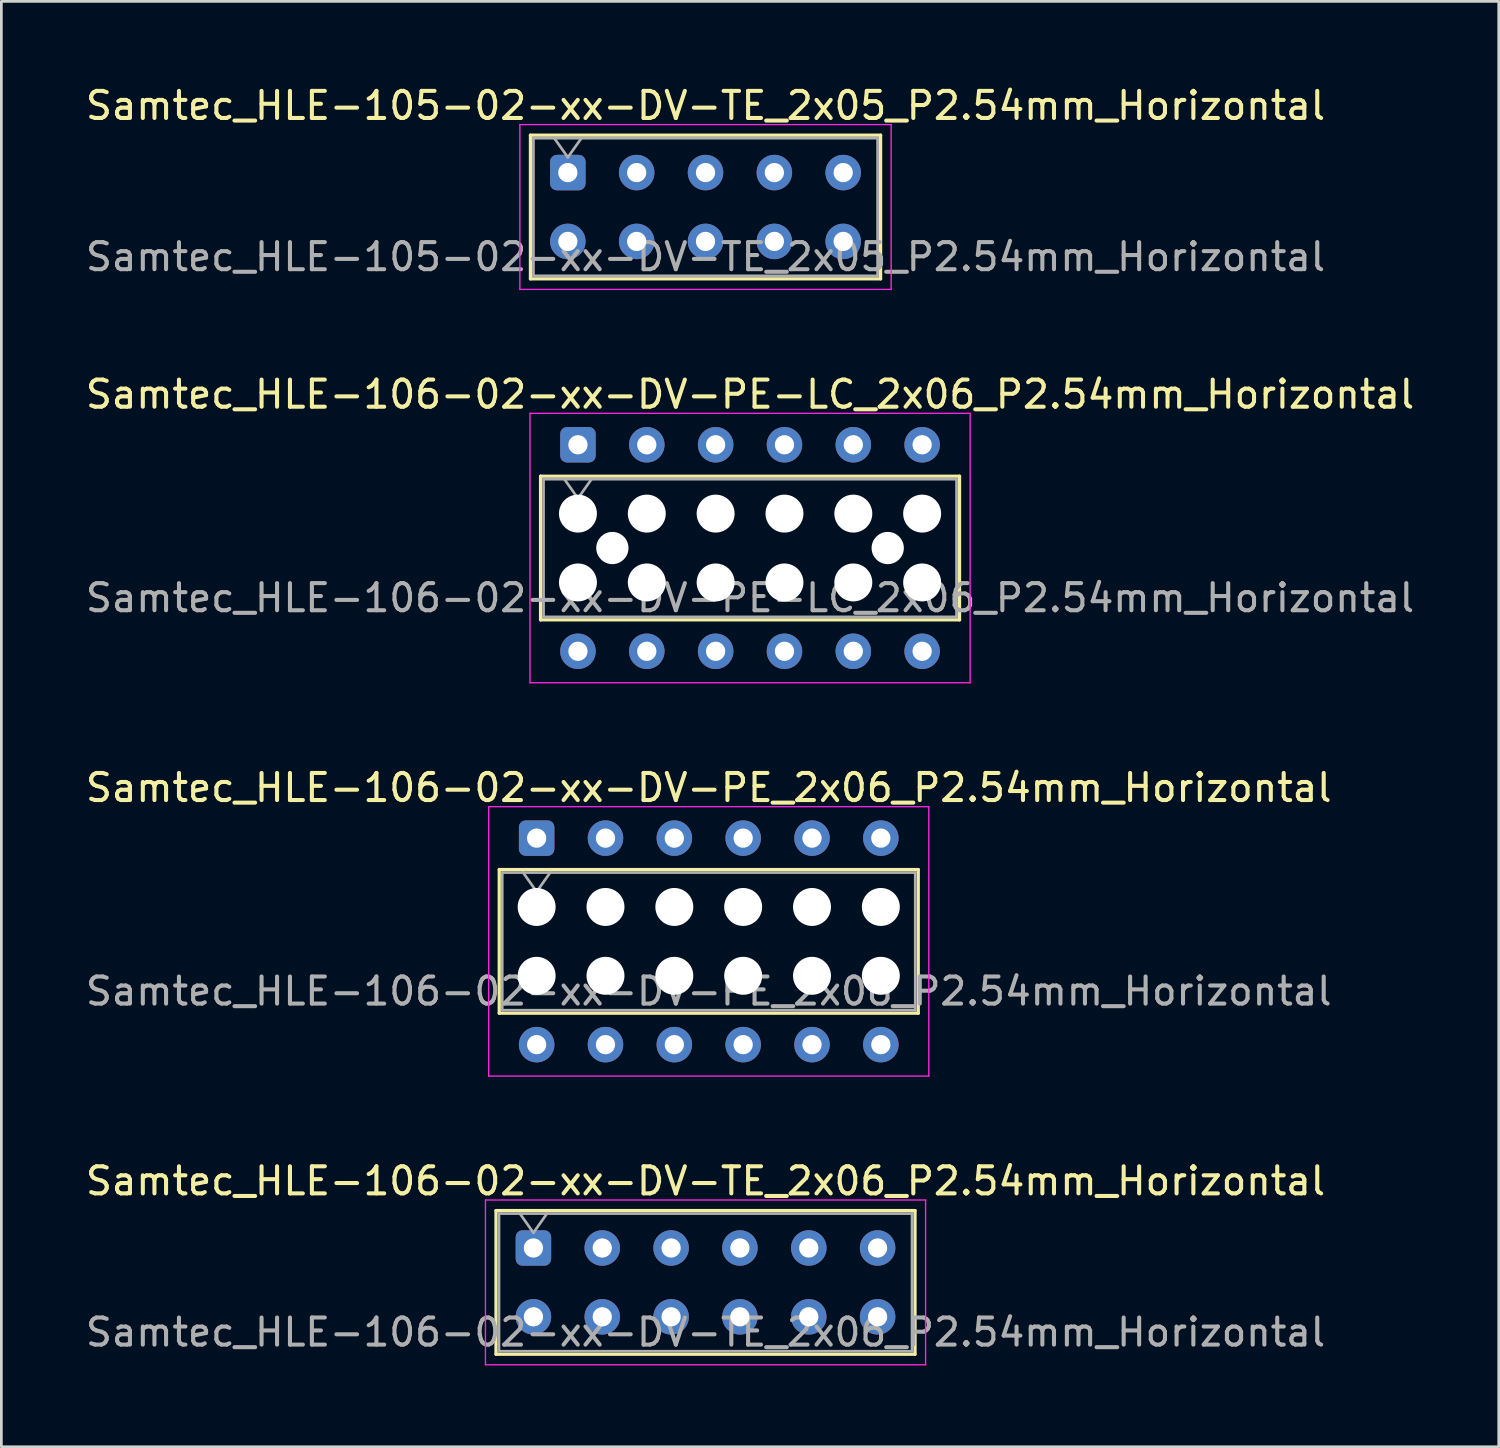
<source format=kicad_pcb>
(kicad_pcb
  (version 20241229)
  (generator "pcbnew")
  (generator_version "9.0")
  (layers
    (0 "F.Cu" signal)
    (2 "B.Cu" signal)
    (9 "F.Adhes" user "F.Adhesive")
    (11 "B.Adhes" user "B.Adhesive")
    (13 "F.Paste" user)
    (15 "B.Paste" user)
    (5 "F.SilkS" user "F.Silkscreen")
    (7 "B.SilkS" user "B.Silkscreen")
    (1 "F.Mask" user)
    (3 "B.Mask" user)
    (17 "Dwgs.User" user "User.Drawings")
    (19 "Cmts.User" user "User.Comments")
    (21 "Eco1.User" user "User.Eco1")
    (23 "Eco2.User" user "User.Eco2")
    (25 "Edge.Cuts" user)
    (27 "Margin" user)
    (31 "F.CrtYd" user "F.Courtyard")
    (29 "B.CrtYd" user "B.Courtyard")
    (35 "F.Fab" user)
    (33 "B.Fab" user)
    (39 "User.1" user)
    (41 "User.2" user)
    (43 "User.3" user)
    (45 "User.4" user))
  (footprint "Samtec_HLE-106-02-xx-DV-PE_2x06_P2.54mm_Horizontal"
    (layer "F.Cu")
    (at 16.751 27.875)
    (property "Reference" "Samtec_HLE-106-02-xx-DV-PE_2x06_P2.54mm_Horizontal" (at 6.35 -1.86 0) (layer "F.SilkS") (effects (font (size 1 1) (thickness 0.15))))
    (attr through_hole)
    (fp_line (start -1.38 1.16) (end 14.08 1.16) (stroke (width 0.12) (type solid)) (layer "F.SilkS"))
    (fp_line (start -1.38 6.46) (end -1.38 1.16) (stroke (width 0.12) (type solid)) (layer "F.SilkS"))
    (fp_line (start 14.08 1.16) (end 14.08 6.46) (stroke (width 0.12) (type solid)) (layer "F.SilkS"))
    (fp_line (start 14.08 6.46) (end -1.38 6.46) (stroke (width 0.12) (type solid)) (layer "F.SilkS"))
    (fp_line (start -1.77 -1.16) (end 14.47 -1.16) (stroke (width 0.05) (type solid)) (layer "F.CrtYd"))
    (fp_line (start -1.77 8.78) (end -1.77 -1.16) (stroke (width 0.05) (type solid)) (layer "F.CrtYd"))
    (fp_line (start 14.47 -1.16) (end 14.47 8.78) (stroke (width 0.05) (type solid)) (layer "F.CrtYd"))
    (fp_line (start 14.47 8.78) (end -1.77 8.78) (stroke (width 0.05) (type solid)) (layer "F.CrtYd"))
    (fp_line (start -1.27 1.27) (end 13.97 1.27) (stroke (width 0.1) (type solid)) (layer "F.Fab"))
    (fp_line (start -1.27 6.35) (end -1.27 1.27) (stroke (width 0.1) (type solid)) (layer "F.Fab"))
    (fp_line (start -0.5 1.27) (end 0 1.977) (stroke (width 0.1) (type solid)) (layer "F.Fab"))
    (fp_line (start 0 1.977) (end 0.5 1.27) (stroke (width 0.1) (type solid)) (layer "F.Fab"))
    (fp_line (start 13.97 1.27) (end 13.97 6.35) (stroke (width 0.1) (type solid)) (layer "F.Fab"))
    (fp_line (start 13.97 6.35) (end -1.27 6.35) (stroke (width 0.1) (type solid)) (layer "F.Fab"))
    (fp_text user "${REFERENCE}" (at 6.35 5.65 0) (layer "F.Fab") (effects (font (size 1 1) (thickness 0.15))))
    (pad "" np_thru_hole circle (at 0 2.54) (size 1.4 1.4) (drill 1.4) (layers "*.Cu" "*.Mask"))
    (pad "" np_thru_hole circle (at 0 5.08) (size 1.4 1.4) (drill 1.4) (layers "*.Cu" "*.Mask"))
    (pad "" np_thru_hole circle (at 2.54 2.54) (size 1.4 1.4) (drill 1.4) (layers "*.Cu" "*.Mask"))
    (pad "" np_thru_hole circle (at 2.54 5.08) (size 1.4 1.4) (drill 1.4) (layers "*.Cu" "*.Mask"))
    (pad "" np_thru_hole circle (at 5.08 2.54) (size 1.4 1.4) (drill 1.4) (layers "*.Cu" "*.Mask"))
    (pad "" np_thru_hole circle (at 5.08 5.08) (size 1.4 1.4) (drill 1.4) (layers "*.Cu" "*.Mask"))
    (pad "" np_thru_hole circle (at 7.62 2.54) (size 1.4 1.4) (drill 1.4) (layers "*.Cu" "*.Mask"))
    (pad "" np_thru_hole circle (at 7.62 5.08) (size 1.4 1.4) (drill 1.4) (layers "*.Cu" "*.Mask"))
    (pad "" np_thru_hole circle (at 10.16 2.54) (size 1.4 1.4) (drill 1.4) (layers "*.Cu" "*.Mask"))
    (pad "" np_thru_hole circle (at 10.16 5.08) (size 1.4 1.4) (drill 1.4) (layers "*.Cu" "*.Mask"))
    (pad "" np_thru_hole circle (at 12.7 2.54) (size 1.4 1.4) (drill 1.4) (layers "*.Cu" "*.Mask"))
    (pad "" np_thru_hole circle (at 12.7 5.08) (size 1.4 1.4) (drill 1.4) (layers "*.Cu" "*.Mask"))
    (pad "1" thru_hole roundrect (at 0 0) (size 1.31 1.31) (drill 0.71) (layers "*.Cu" "*.Mask") (roundrect_rratio 0.191))
    (pad "2" thru_hole circle (at 0 7.62) (size 1.31 1.31) (drill 0.71) (layers "*.Cu" "*.Mask"))
    (pad "3" thru_hole circle (at 2.54 0) (size 1.31 1.31) (drill 0.71) (layers "*.Cu" "*.Mask"))
    (pad "4" thru_hole circle (at 2.54 7.62) (size 1.31 1.31) (drill 0.71) (layers "*.Cu" "*.Mask"))
    (pad "5" thru_hole circle (at 5.08 0) (size 1.31 1.31) (drill 0.71) (layers "*.Cu" "*.Mask"))
    (pad "6" thru_hole circle (at 5.08 7.62) (size 1.31 1.31) (drill 0.71) (layers "*.Cu" "*.Mask"))
    (pad "7" thru_hole circle (at 7.62 0) (size 1.31 1.31) (drill 0.71) (layers "*.Cu" "*.Mask"))
    (pad "8" thru_hole circle (at 7.62 7.62) (size 1.31 1.31) (drill 0.71) (layers "*.Cu" "*.Mask"))
    (pad "9" thru_hole circle (at 10.16 0) (size 1.31 1.31) (drill 0.71) (layers "*.Cu" "*.Mask"))
    (pad "10" thru_hole circle (at 10.16 7.62) (size 1.31 1.31) (drill 0.71) (layers "*.Cu" "*.Mask"))
    (pad "11" thru_hole circle (at 12.7 0) (size 1.31 1.31) (drill 0.71) (layers "*.Cu" "*.Mask"))
    (pad "12" thru_hole circle (at 12.7 7.62) (size 1.31 1.31) (drill 0.71) (layers "*.Cu" "*.Mask")))
  (footprint "Samtec_HLE-105-02-xx-DV-TE_2x05_P2.54mm_Horizontal"
    (layer "F.Cu")
    (at 17.902 3.318)
    (property "Reference" "Samtec_HLE-105-02-xx-DV-TE_2x05_P2.54mm_Horizontal" (at 5.08 -2.47 0) (layer "F.SilkS") (effects (font (size 1 1) (thickness 0.15))))
    (attr through_hole)
    (fp_line (start -1.38 -1.38) (end 11.54 -1.38) (stroke (width 0.12) (type solid)) (layer "F.SilkS"))
    (fp_line (start -1.38 3.92) (end -1.38 -1.38) (stroke (width 0.12) (type solid)) (layer "F.SilkS"))
    (fp_line (start 11.54 -1.38) (end 11.54 3.92) (stroke (width 0.12) (type solid)) (layer "F.SilkS"))
    (fp_line (start 11.54 3.92) (end -1.38 3.92) (stroke (width 0.12) (type solid)) (layer "F.SilkS"))
    (fp_line (start -1.77 -1.77) (end 11.93 -1.77) (stroke (width 0.05) (type solid)) (layer "F.CrtYd"))
    (fp_line (start -1.77 4.31) (end -1.77 -1.77) (stroke (width 0.05) (type solid)) (layer "F.CrtYd"))
    (fp_line (start 11.93 -1.77) (end 11.93 4.31) (stroke (width 0.05) (type solid)) (layer "F.CrtYd"))
    (fp_line (start 11.93 4.31) (end -1.77 4.31) (stroke (width 0.05) (type solid)) (layer "F.CrtYd"))
    (fp_line (start -1.27 -1.27) (end 11.43 -1.27) (stroke (width 0.1) (type solid)) (layer "F.Fab"))
    (fp_line (start -1.27 3.81) (end -1.27 -1.27) (stroke (width 0.1) (type solid)) (layer "F.Fab"))
    (fp_line (start -0.5 -1.27) (end 0 -0.563) (stroke (width 0.1) (type solid)) (layer "F.Fab"))
    (fp_line (start 0 -0.563) (end 0.5 -1.27) (stroke (width 0.1) (type solid)) (layer "F.Fab"))
    (fp_line (start 11.43 -1.27) (end 11.43 3.81) (stroke (width 0.1) (type solid)) (layer "F.Fab"))
    (fp_line (start 11.43 3.81) (end -1.27 3.81) (stroke (width 0.1) (type solid)) (layer "F.Fab"))
    (fp_text user "${REFERENCE}" (at 5.08 3.11 0) (layer "F.Fab") (effects (font (size 1 1) (thickness 0.15))))
    (pad "1" thru_hole roundrect (at 0 0) (size 1.31 1.31) (drill 0.71) (layers "*.Cu" "*.Mask") (roundrect_rratio 0.191))
    (pad "2" thru_hole circle (at 0 2.54) (size 1.31 1.31) (drill 0.71) (layers "*.Cu" "*.Mask"))
    (pad "3" thru_hole circle (at 2.54 0) (size 1.31 1.31) (drill 0.71) (layers "*.Cu" "*.Mask"))
    (pad "4" thru_hole circle (at 2.54 2.54) (size 1.31 1.31) (drill 0.71) (layers "*.Cu" "*.Mask"))
    (pad "5" thru_hole circle (at 5.08 0) (size 1.31 1.31) (drill 0.71) (layers "*.Cu" "*.Mask"))
    (pad "6" thru_hole circle (at 5.08 2.54) (size 1.31 1.31) (drill 0.71) (layers "*.Cu" "*.Mask"))
    (pad "7" thru_hole circle (at 7.62 0) (size 1.31 1.31) (drill 0.71) (layers "*.Cu" "*.Mask"))
    (pad "8" thru_hole circle (at 7.62 2.54) (size 1.31 1.31) (drill 0.71) (layers "*.Cu" "*.Mask"))
    (pad "9" thru_hole circle (at 10.16 0) (size 1.31 1.31) (drill 0.71) (layers "*.Cu" "*.Mask"))
    (pad "10" thru_hole circle (at 10.16 2.54) (size 1.31 1.31) (drill 0.71) (layers "*.Cu" "*.Mask")))
  (footprint "Samtec_HLE-106-02-xx-DV-PE-LC_2x06_P2.54mm_Horizontal"
    (layer "F.Cu")
    (at 18.275 13.361)
    (property "Reference" "Samtec_HLE-106-02-xx-DV-PE-LC_2x06_P2.54mm_Horizontal" (at 6.35 -1.86 0) (layer "F.SilkS") (effects (font (size 1 1) (thickness 0.15))))
    (attr through_hole)
    (fp_line (start -1.38 1.16) (end 14.08 1.16) (stroke (width 0.12) (type solid)) (layer "F.SilkS"))
    (fp_line (start -1.38 6.46) (end -1.38 1.16) (stroke (width 0.12) (type solid)) (layer "F.SilkS"))
    (fp_line (start 14.08 1.16) (end 14.08 6.46) (stroke (width 0.12) (type solid)) (layer "F.SilkS"))
    (fp_line (start 14.08 6.46) (end -1.38 6.46) (stroke (width 0.12) (type solid)) (layer "F.SilkS"))
    (fp_line (start -1.77 -1.16) (end 14.47 -1.16) (stroke (width 0.05) (type solid)) (layer "F.CrtYd"))
    (fp_line (start -1.77 8.78) (end -1.77 -1.16) (stroke (width 0.05) (type solid)) (layer "F.CrtYd"))
    (fp_line (start 14.47 -1.16) (end 14.47 8.78) (stroke (width 0.05) (type solid)) (layer "F.CrtYd"))
    (fp_line (start 14.47 8.78) (end -1.77 8.78) (stroke (width 0.05) (type solid)) (layer "F.CrtYd"))
    (fp_line (start -1.27 1.27) (end 13.97 1.27) (stroke (width 0.1) (type solid)) (layer "F.Fab"))
    (fp_line (start -1.27 6.35) (end -1.27 1.27) (stroke (width 0.1) (type solid)) (layer "F.Fab"))
    (fp_line (start -0.5 1.27) (end 0 1.977) (stroke (width 0.1) (type solid)) (layer "F.Fab"))
    (fp_line (start 0 1.977) (end 0.5 1.27) (stroke (width 0.1) (type solid)) (layer "F.Fab"))
    (fp_line (start 13.97 1.27) (end 13.97 6.35) (stroke (width 0.1) (type solid)) (layer "F.Fab"))
    (fp_line (start 13.97 6.35) (end -1.27 6.35) (stroke (width 0.1) (type solid)) (layer "F.Fab"))
    (fp_text user "${REFERENCE}" (at 6.35 5.65 0) (layer "F.Fab") (effects (font (size 1 1) (thickness 0.15))))
    (pad "" np_thru_hole circle (at 0 2.54) (size 1.4 1.4) (drill 1.4) (layers "*.Cu" "*.Mask"))
    (pad "" np_thru_hole circle (at 0 5.08) (size 1.4 1.4) (drill 1.4) (layers "*.Cu" "*.Mask"))
    (pad "" np_thru_hole circle (at 1.27 3.81) (size 1.19 1.19) (drill 1.19) (layers "*.Cu" "*.Mask"))
    (pad "" np_thru_hole circle (at 2.54 2.54) (size 1.4 1.4) (drill 1.4) (layers "*.Cu" "*.Mask"))
    (pad "" np_thru_hole circle (at 2.54 5.08) (size 1.4 1.4) (drill 1.4) (layers "*.Cu" "*.Mask"))
    (pad "" np_thru_hole circle (at 5.08 2.54) (size 1.4 1.4) (drill 1.4) (layers "*.Cu" "*.Mask"))
    (pad "" np_thru_hole circle (at 5.08 5.08) (size 1.4 1.4) (drill 1.4) (layers "*.Cu" "*.Mask"))
    (pad "" np_thru_hole circle (at 7.62 2.54) (size 1.4 1.4) (drill 1.4) (layers "*.Cu" "*.Mask"))
    (pad "" np_thru_hole circle (at 7.62 5.08) (size 1.4 1.4) (drill 1.4) (layers "*.Cu" "*.Mask"))
    (pad "" np_thru_hole circle (at 10.16 2.54) (size 1.4 1.4) (drill 1.4) (layers "*.Cu" "*.Mask"))
    (pad "" np_thru_hole circle (at 10.16 5.08) (size 1.4 1.4) (drill 1.4) (layers "*.Cu" "*.Mask"))
    (pad "" np_thru_hole circle (at 11.43 3.81) (size 1.19 1.19) (drill 1.19) (layers "*.Cu" "*.Mask"))
    (pad "" np_thru_hole circle (at 12.7 2.54) (size 1.4 1.4) (drill 1.4) (layers "*.Cu" "*.Mask"))
    (pad "" np_thru_hole circle (at 12.7 5.08) (size 1.4 1.4) (drill 1.4) (layers "*.Cu" "*.Mask"))
    (pad "1" thru_hole roundrect (at 0 0) (size 1.31 1.31) (drill 0.71) (layers "*.Cu" "*.Mask") (roundrect_rratio 0.191))
    (pad "2" thru_hole circle (at 0 7.62) (size 1.31 1.31) (drill 0.71) (layers "*.Cu" "*.Mask"))
    (pad "3" thru_hole circle (at 2.54 0) (size 1.31 1.31) (drill 0.71) (layers "*.Cu" "*.Mask"))
    (pad "4" thru_hole circle (at 2.54 7.62) (size 1.31 1.31) (drill 0.71) (layers "*.Cu" "*.Mask"))
    (pad "5" thru_hole circle (at 5.08 0) (size 1.31 1.31) (drill 0.71) (layers "*.Cu" "*.Mask"))
    (pad "6" thru_hole circle (at 5.08 7.62) (size 1.31 1.31) (drill 0.71) (layers "*.Cu" "*.Mask"))
    (pad "7" thru_hole circle (at 7.62 0) (size 1.31 1.31) (drill 0.71) (layers "*.Cu" "*.Mask"))
    (pad "8" thru_hole circle (at 7.62 7.62) (size 1.31 1.31) (drill 0.71) (layers "*.Cu" "*.Mask"))
    (pad "9" thru_hole circle (at 10.16 0) (size 1.31 1.31) (drill 0.71) (layers "*.Cu" "*.Mask"))
    (pad "10" thru_hole circle (at 10.16 7.62) (size 1.31 1.31) (drill 0.71) (layers "*.Cu" "*.Mask"))
    (pad "11" thru_hole circle (at 12.7 0) (size 1.31 1.31) (drill 0.71) (layers "*.Cu" "*.Mask"))
    (pad "12" thru_hole circle (at 12.7 7.62) (size 1.31 1.31) (drill 0.71) (layers "*.Cu" "*.Mask")))
  (footprint "Samtec_HLE-106-02-xx-DV-TE_2x06_P2.54mm_Horizontal"
    (layer "F.Cu")
    (at 16.632 42.998)
    (property "Reference" "Samtec_HLE-106-02-xx-DV-TE_2x06_P2.54mm_Horizontal" (at 6.35 -2.47 0) (layer "F.SilkS") (effects (font (size 1 1) (thickness 0.15))))
    (attr through_hole)
    (fp_line (start -1.38 -1.38) (end 14.08 -1.38) (stroke (width 0.12) (type solid)) (layer "F.SilkS"))
    (fp_line (start -1.38 3.92) (end -1.38 -1.38) (stroke (width 0.12) (type solid)) (layer "F.SilkS"))
    (fp_line (start 14.08 -1.38) (end 14.08 3.92) (stroke (width 0.12) (type solid)) (layer "F.SilkS"))
    (fp_line (start 14.08 3.92) (end -1.38 3.92) (stroke (width 0.12) (type solid)) (layer "F.SilkS"))
    (fp_line (start -1.77 -1.77) (end 14.47 -1.77) (stroke (width 0.05) (type solid)) (layer "F.CrtYd"))
    (fp_line (start -1.77 4.31) (end -1.77 -1.77) (stroke (width 0.05) (type solid)) (layer "F.CrtYd"))
    (fp_line (start 14.47 -1.77) (end 14.47 4.31) (stroke (width 0.05) (type solid)) (layer "F.CrtYd"))
    (fp_line (start 14.47 4.31) (end -1.77 4.31) (stroke (width 0.05) (type solid)) (layer "F.CrtYd"))
    (fp_line (start -1.27 -1.27) (end 13.97 -1.27) (stroke (width 0.1) (type solid)) (layer "F.Fab"))
    (fp_line (start -1.27 3.81) (end -1.27 -1.27) (stroke (width 0.1) (type solid)) (layer "F.Fab"))
    (fp_line (start -0.5 -1.27) (end 0 -0.563) (stroke (width 0.1) (type solid)) (layer "F.Fab"))
    (fp_line (start 0 -0.563) (end 0.5 -1.27) (stroke (width 0.1) (type solid)) (layer "F.Fab"))
    (fp_line (start 13.97 -1.27) (end 13.97 3.81) (stroke (width 0.1) (type solid)) (layer "F.Fab"))
    (fp_line (start 13.97 3.81) (end -1.27 3.81) (stroke (width 0.1) (type solid)) (layer "F.Fab"))
    (fp_text user "${REFERENCE}" (at 6.35 3.11 0) (layer "F.Fab") (effects (font (size 1 1) (thickness 0.15))))
    (pad "1" thru_hole roundrect (at 0 0) (size 1.31 1.31) (drill 0.71) (layers "*.Cu" "*.Mask") (roundrect_rratio 0.191))
    (pad "2" thru_hole circle (at 0 2.54) (size 1.31 1.31) (drill 0.71) (layers "*.Cu" "*.Mask"))
    (pad "3" thru_hole circle (at 2.54 0) (size 1.31 1.31) (drill 0.71) (layers "*.Cu" "*.Mask"))
    (pad "4" thru_hole circle (at 2.54 2.54) (size 1.31 1.31) (drill 0.71) (layers "*.Cu" "*.Mask"))
    (pad "5" thru_hole circle (at 5.08 0) (size 1.31 1.31) (drill 0.71) (layers "*.Cu" "*.Mask"))
    (pad "6" thru_hole circle (at 5.08 2.54) (size 1.31 1.31) (drill 0.71) (layers "*.Cu" "*.Mask"))
    (pad "7" thru_hole circle (at 7.62 0) (size 1.31 1.31) (drill 0.71) (layers "*.Cu" "*.Mask"))
    (pad "8" thru_hole circle (at 7.62 2.54) (size 1.31 1.31) (drill 0.71) (layers "*.Cu" "*.Mask"))
    (pad "9" thru_hole circle (at 10.16 0) (size 1.31 1.31) (drill 0.71) (layers "*.Cu" "*.Mask"))
    (pad "10" thru_hole circle (at 10.16 2.54) (size 1.31 1.31) (drill 0.71) (layers "*.Cu" "*.Mask"))
    (pad "11" thru_hole circle (at 12.7 0) (size 1.31 1.31) (drill 0.71) (layers "*.Cu" "*.Mask"))
    (pad "12" thru_hole circle (at 12.7 2.54) (size 1.31 1.31) (drill 0.71) (layers "*.Cu" "*.Mask")))
  (gr_rect
    (start -3 -3)
    (end 52.25 50.333)
    (stroke (width 0.1) (type default))
    (fill no)
    (layer "Edge.Cuts")))
</source>
